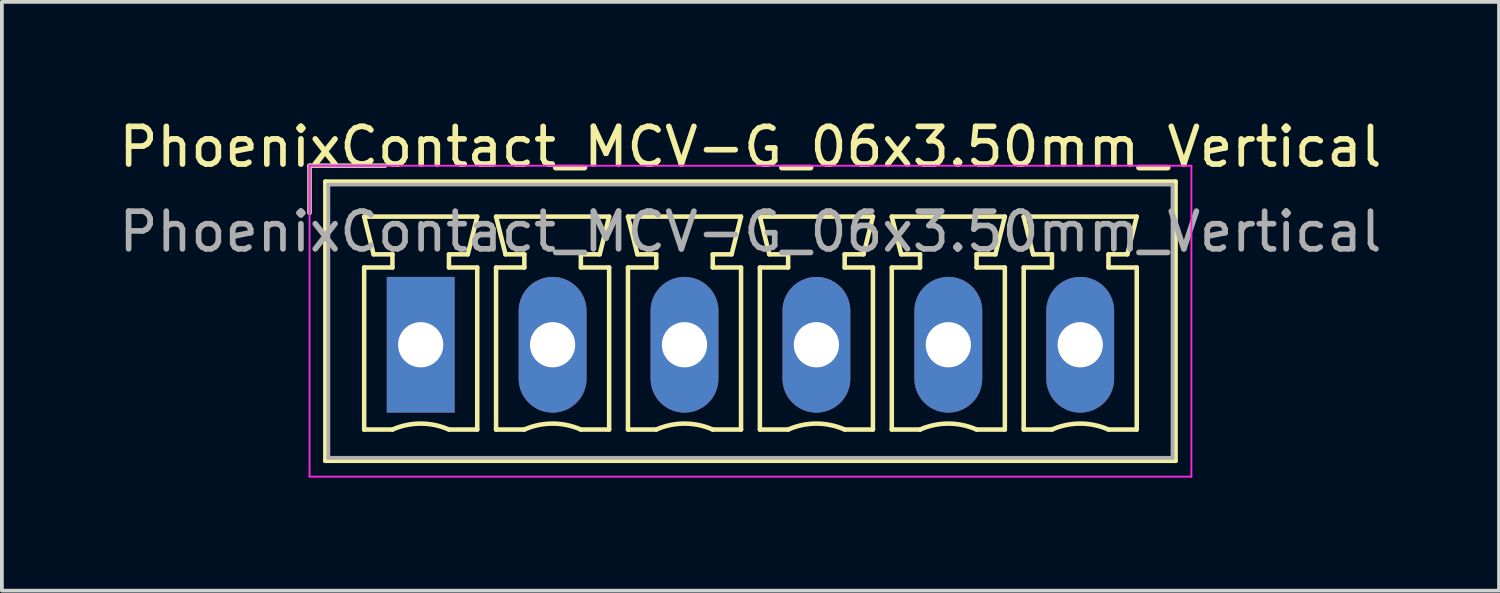
<source format=kicad_pcb>
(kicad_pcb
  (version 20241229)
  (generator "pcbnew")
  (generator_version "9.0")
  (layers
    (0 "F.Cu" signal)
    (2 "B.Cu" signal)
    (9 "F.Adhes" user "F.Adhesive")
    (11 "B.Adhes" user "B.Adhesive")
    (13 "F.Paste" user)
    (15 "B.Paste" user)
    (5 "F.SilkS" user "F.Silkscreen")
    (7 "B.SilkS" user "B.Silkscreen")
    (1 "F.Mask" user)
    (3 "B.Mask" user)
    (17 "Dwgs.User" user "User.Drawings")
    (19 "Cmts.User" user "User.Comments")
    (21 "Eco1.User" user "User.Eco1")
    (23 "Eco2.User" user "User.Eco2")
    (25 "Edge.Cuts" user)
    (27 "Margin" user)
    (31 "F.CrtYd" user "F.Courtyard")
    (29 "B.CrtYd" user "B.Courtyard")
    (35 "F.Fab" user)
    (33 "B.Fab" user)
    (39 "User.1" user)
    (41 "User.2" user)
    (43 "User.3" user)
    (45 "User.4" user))
  (footprint "PhoenixContact_MCV-G_06x3.50mm_Vertical"
    (layer "F.Cu")
    (at 8.113 6.098)
    (property "Reference" "PhoenixContact_MCV-G_06x3.50mm_Vertical" (at 8.75 -5.25 0) (layer "F.SilkS") (effects (font (size 1 1) (thickness 0.15))))
    (attr through_hole)
    (fp_line (start -2.95 -4.75) (end -0.95 -4.75) (stroke (width 0.12) (type solid)) (layer "F.SilkS"))
    (fp_line (start -2.95 -3.5) (end -2.95 -4.75) (stroke (width 0.12) (type solid)) (layer "F.SilkS"))
    (fp_line (start -2.53 -4.33) (end -2.53 3.08) (stroke (width 0.12) (type solid)) (layer "F.SilkS"))
    (fp_line (start -2.53 3.08) (end 20.03 3.08) (stroke (width 0.12) (type solid)) (layer "F.SilkS"))
    (fp_line (start -1.5 -3.4) (end 1.5 -3.4) (stroke (width 0.12) (type solid)) (layer "F.SilkS"))
    (fp_line (start -1.5 -2.05) (end -0.75 -2.05) (stroke (width 0.12) (type solid)) (layer "F.SilkS"))
    (fp_line (start -1.5 2.25) (end -1.5 -2.05) (stroke (width 0.12) (type solid)) (layer "F.SilkS"))
    (fp_line (start -1.25 -2.4) (end -1.5 -3.4) (stroke (width 0.12) (type solid)) (layer "F.SilkS"))
    (fp_line (start -0.75 -2.4) (end -1.25 -2.4) (stroke (width 0.12) (type solid)) (layer "F.SilkS"))
    (fp_line (start -0.75 -2.05) (end -0.75 -2.4) (stroke (width 0.12) (type solid)) (layer "F.SilkS"))
    (fp_line (start -0.75 2.25) (end -1.5 2.25) (stroke (width 0.12) (type solid)) (layer "F.SilkS"))
    (fp_line (start 0.75 -2.4) (end 0.75 -2.05) (stroke (width 0.12) (type solid)) (layer "F.SilkS"))
    (fp_line (start 0.75 -2.05) (end 1.5 -2.05) (stroke (width 0.12) (type solid)) (layer "F.SilkS"))
    (fp_line (start 1.25 -2.4) (end 0.75 -2.4) (stroke (width 0.12) (type solid)) (layer "F.SilkS"))
    (fp_line (start 1.5 -3.4) (end 1.25 -2.4) (stroke (width 0.12) (type solid)) (layer "F.SilkS"))
    (fp_line (start 1.5 -2.05) (end 1.5 2.25) (stroke (width 0.12) (type solid)) (layer "F.SilkS"))
    (fp_line (start 1.5 2.25) (end 0.75 2.25) (stroke (width 0.12) (type solid)) (layer "F.SilkS"))
    (fp_line (start 2 -3.4) (end 5 -3.4) (stroke (width 0.12) (type solid)) (layer "F.SilkS"))
    (fp_line (start 2 -2.05) (end 2.75 -2.05) (stroke (width 0.12) (type solid)) (layer "F.SilkS"))
    (fp_line (start 2 2.25) (end 2 -2.05) (stroke (width 0.12) (type solid)) (layer "F.SilkS"))
    (fp_line (start 2.25 -2.4) (end 2 -3.4) (stroke (width 0.12) (type solid)) (layer "F.SilkS"))
    (fp_line (start 2.75 -2.4) (end 2.25 -2.4) (stroke (width 0.12) (type solid)) (layer "F.SilkS"))
    (fp_line (start 2.75 -2.05) (end 2.75 -2.4) (stroke (width 0.12) (type solid)) (layer "F.SilkS"))
    (fp_line (start 2.75 2.25) (end 2 2.25) (stroke (width 0.12) (type solid)) (layer "F.SilkS"))
    (fp_line (start 4.25 -2.4) (end 4.25 -2.05) (stroke (width 0.12) (type solid)) (layer "F.SilkS"))
    (fp_line (start 4.25 -2.05) (end 5 -2.05) (stroke (width 0.12) (type solid)) (layer "F.SilkS"))
    (fp_line (start 4.75 -2.4) (end 4.25 -2.4) (stroke (width 0.12) (type solid)) (layer "F.SilkS"))
    (fp_line (start 5 -3.4) (end 4.75 -2.4) (stroke (width 0.12) (type solid)) (layer "F.SilkS"))
    (fp_line (start 5 -2.05) (end 5 2.25) (stroke (width 0.12) (type solid)) (layer "F.SilkS"))
    (fp_line (start 5 2.25) (end 4.25 2.25) (stroke (width 0.12) (type solid)) (layer "F.SilkS"))
    (fp_line (start 5.5 -3.4) (end 8.5 -3.4) (stroke (width 0.12) (type solid)) (layer "F.SilkS"))
    (fp_line (start 5.5 -2.05) (end 6.25 -2.05) (stroke (width 0.12) (type solid)) (layer "F.SilkS"))
    (fp_line (start 5.5 2.25) (end 5.5 -2.05) (stroke (width 0.12) (type solid)) (layer "F.SilkS"))
    (fp_line (start 5.75 -2.4) (end 5.5 -3.4) (stroke (width 0.12) (type solid)) (layer "F.SilkS"))
    (fp_line (start 6.25 -2.4) (end 5.75 -2.4) (stroke (width 0.12) (type solid)) (layer "F.SilkS"))
    (fp_line (start 6.25 -2.05) (end 6.25 -2.4) (stroke (width 0.12) (type solid)) (layer "F.SilkS"))
    (fp_line (start 6.25 2.25) (end 5.5 2.25) (stroke (width 0.12) (type solid)) (layer "F.SilkS"))
    (fp_line (start 7.75 -2.4) (end 7.75 -2.05) (stroke (width 0.12) (type solid)) (layer "F.SilkS"))
    (fp_line (start 7.75 -2.05) (end 8.5 -2.05) (stroke (width 0.12) (type solid)) (layer "F.SilkS"))
    (fp_line (start 8.25 -2.4) (end 7.75 -2.4) (stroke (width 0.12) (type solid)) (layer "F.SilkS"))
    (fp_line (start 8.5 -3.4) (end 8.25 -2.4) (stroke (width 0.12) (type solid)) (layer "F.SilkS"))
    (fp_line (start 8.5 -2.05) (end 8.5 2.25) (stroke (width 0.12) (type solid)) (layer "F.SilkS"))
    (fp_line (start 8.5 2.25) (end 7.75 2.25) (stroke (width 0.12) (type solid)) (layer "F.SilkS"))
    (fp_line (start 9 -3.4) (end 12 -3.4) (stroke (width 0.12) (type solid)) (layer "F.SilkS"))
    (fp_line (start 9 -2.05) (end 9.75 -2.05) (stroke (width 0.12) (type solid)) (layer "F.SilkS"))
    (fp_line (start 9 2.25) (end 9 -2.05) (stroke (width 0.12) (type solid)) (layer "F.SilkS"))
    (fp_line (start 9.25 -2.4) (end 9 -3.4) (stroke (width 0.12) (type solid)) (layer "F.SilkS"))
    (fp_line (start 9.75 -2.4) (end 9.25 -2.4) (stroke (width 0.12) (type solid)) (layer "F.SilkS"))
    (fp_line (start 9.75 -2.05) (end 9.75 -2.4) (stroke (width 0.12) (type solid)) (layer "F.SilkS"))
    (fp_line (start 9.75 2.25) (end 9 2.25) (stroke (width 0.12) (type solid)) (layer "F.SilkS"))
    (fp_line (start 11.25 -2.4) (end 11.25 -2.05) (stroke (width 0.12) (type solid)) (layer "F.SilkS"))
    (fp_line (start 11.25 -2.05) (end 12 -2.05) (stroke (width 0.12) (type solid)) (layer "F.SilkS"))
    (fp_line (start 11.75 -2.4) (end 11.25 -2.4) (stroke (width 0.12) (type solid)) (layer "F.SilkS"))
    (fp_line (start 12 -3.4) (end 11.75 -2.4) (stroke (width 0.12) (type solid)) (layer "F.SilkS"))
    (fp_line (start 12 -2.05) (end 12 2.25) (stroke (width 0.12) (type solid)) (layer "F.SilkS"))
    (fp_line (start 12 2.25) (end 11.25 2.25) (stroke (width 0.12) (type solid)) (layer "F.SilkS"))
    (fp_line (start 12.5 -3.4) (end 15.5 -3.4) (stroke (width 0.12) (type solid)) (layer "F.SilkS"))
    (fp_line (start 12.5 -2.05) (end 13.25 -2.05) (stroke (width 0.12) (type solid)) (layer "F.SilkS"))
    (fp_line (start 12.5 2.25) (end 12.5 -2.05) (stroke (width 0.12) (type solid)) (layer "F.SilkS"))
    (fp_line (start 12.75 -2.4) (end 12.5 -3.4) (stroke (width 0.12) (type solid)) (layer "F.SilkS"))
    (fp_line (start 13.25 -2.4) (end 12.75 -2.4) (stroke (width 0.12) (type solid)) (layer "F.SilkS"))
    (fp_line (start 13.25 -2.05) (end 13.25 -2.4) (stroke (width 0.12) (type solid)) (layer "F.SilkS"))
    (fp_line (start 13.25 2.25) (end 12.5 2.25) (stroke (width 0.12) (type solid)) (layer "F.SilkS"))
    (fp_line (start 14.75 -2.4) (end 14.75 -2.05) (stroke (width 0.12) (type solid)) (layer "F.SilkS"))
    (fp_line (start 14.75 -2.05) (end 15.5 -2.05) (stroke (width 0.12) (type solid)) (layer "F.SilkS"))
    (fp_line (start 15.25 -2.4) (end 14.75 -2.4) (stroke (width 0.12) (type solid)) (layer "F.SilkS"))
    (fp_line (start 15.5 -3.4) (end 15.25 -2.4) (stroke (width 0.12) (type solid)) (layer "F.SilkS"))
    (fp_line (start 15.5 -2.05) (end 15.5 2.25) (stroke (width 0.12) (type solid)) (layer "F.SilkS"))
    (fp_line (start 15.5 2.25) (end 14.75 2.25) (stroke (width 0.12) (type solid)) (layer "F.SilkS"))
    (fp_line (start 16 -3.4) (end 19 -3.4) (stroke (width 0.12) (type solid)) (layer "F.SilkS"))
    (fp_line (start 16 -2.05) (end 16.75 -2.05) (stroke (width 0.12) (type solid)) (layer "F.SilkS"))
    (fp_line (start 16 2.25) (end 16 -2.05) (stroke (width 0.12) (type solid)) (layer "F.SilkS"))
    (fp_line (start 16.25 -2.4) (end 16 -3.4) (stroke (width 0.12) (type solid)) (layer "F.SilkS"))
    (fp_line (start 16.75 -2.4) (end 16.25 -2.4) (stroke (width 0.12) (type solid)) (layer "F.SilkS"))
    (fp_line (start 16.75 -2.05) (end 16.75 -2.4) (stroke (width 0.12) (type solid)) (layer "F.SilkS"))
    (fp_line (start 16.75 2.25) (end 16 2.25) (stroke (width 0.12) (type solid)) (layer "F.SilkS"))
    (fp_line (start 18.25 -2.4) (end 18.25 -2.05) (stroke (width 0.12) (type solid)) (layer "F.SilkS"))
    (fp_line (start 18.25 -2.05) (end 19 -2.05) (stroke (width 0.12) (type solid)) (layer "F.SilkS"))
    (fp_line (start 18.75 -2.4) (end 18.25 -2.4) (stroke (width 0.12) (type solid)) (layer "F.SilkS"))
    (fp_line (start 19 -3.4) (end 18.75 -2.4) (stroke (width 0.12) (type solid)) (layer "F.SilkS"))
    (fp_line (start 19 -2.05) (end 19 2.25) (stroke (width 0.12) (type solid)) (layer "F.SilkS"))
    (fp_line (start 19 2.25) (end 18.25 2.25) (stroke (width 0.12) (type solid)) (layer "F.SilkS"))
    (fp_line (start 20.03 -4.33) (end -2.53 -4.33) (stroke (width 0.12) (type solid)) (layer "F.SilkS"))
    (fp_line (start 20.03 3.08) (end 20.03 -4.33) (stroke (width 0.12) (type solid)) (layer "F.SilkS"))
    (fp_arc (start -0.75 2.25) (mid -0.000193 2.09191) (end 0.749647 2.249844) (stroke (width 0.12) (type solid)) (layer "F.SilkS"))
    (fp_arc (start 2.75 2.25) (mid 3.499807 2.09191) (end 4.249647 2.249844) (stroke (width 0.12) (type solid)) (layer "F.SilkS"))
    (fp_arc (start 6.25 2.25) (mid 6.999807 2.09191) (end 7.749647 2.249844) (stroke (width 0.12) (type solid)) (layer "F.SilkS"))
    (fp_arc (start 9.75 2.25) (mid 10.499807 2.09191) (end 11.249647 2.249844) (stroke (width 0.12) (type solid)) (layer "F.SilkS"))
    (fp_arc (start 13.25 2.25) (mid 13.999807 2.09191) (end 14.749647 2.249844) (stroke (width 0.12) (type solid)) (layer "F.SilkS"))
    (fp_arc (start 16.75 2.25) (mid 17.499807 2.09191) (end 18.249647 2.249844) (stroke (width 0.12) (type solid)) (layer "F.SilkS"))
    (fp_line (start -2.95 -4.75) (end -2.95 3.5) (stroke (width 0.05) (type solid)) (layer "F.CrtYd"))
    (fp_line (start -2.95 3.5) (end 20.45 3.5) (stroke (width 0.05) (type solid)) (layer "F.CrtYd"))
    (fp_line (start 20.45 -4.75) (end -2.95 -4.75) (stroke (width 0.05) (type solid)) (layer "F.CrtYd"))
    (fp_line (start 20.45 3.5) (end 20.45 -4.75) (stroke (width 0.05) (type solid)) (layer "F.CrtYd"))
    (fp_line (start -2.95 -4.75) (end -0.95 -4.75) (stroke (width 0.1) (type solid)) (layer "F.Fab"))
    (fp_line (start -2.95 -3.5) (end -2.95 -4.75) (stroke (width 0.1) (type solid)) (layer "F.Fab"))
    (fp_line (start -2.45 -4.25) (end -2.45 3) (stroke (width 0.1) (type solid)) (layer "F.Fab"))
    (fp_line (start -2.45 3) (end 19.95 3) (stroke (width 0.1) (type solid)) (layer "F.Fab"))
    (fp_line (start 19.95 -4.25) (end -2.45 -4.25) (stroke (width 0.1) (type solid)) (layer "F.Fab"))
    (fp_line (start 19.95 3) (end 19.95 -4.25) (stroke (width 0.1) (type solid)) (layer "F.Fab"))
    (fp_text user "${REFERENCE}" (at 8.75 -3 0) (layer "F.Fab") (effects (font (size 1 1) (thickness 0.15))))
    (pad "1" thru_hole rect (at 0 0) (size 1.8 3.6) (drill 1.2) (layers "*.Cu" "*.Mask"))
    (pad "2" thru_hole oval (at 3.5 0) (size 1.8 3.6) (drill 1.2) (layers "*.Cu" "*.Mask"))
    (pad "3" thru_hole oval (at 7 0) (size 1.8 3.6) (drill 1.2) (layers "*.Cu" "*.Mask"))
    (pad "4" thru_hole oval (at 10.5 0) (size 1.8 3.6) (drill 1.2) (layers "*.Cu" "*.Mask"))
    (pad "5" thru_hole oval (at 14 0) (size 1.8 3.6) (drill 1.2) (layers "*.Cu" "*.Mask"))
    (pad "6" thru_hole oval (at 17.5 0) (size 1.8 3.6) (drill 1.2) (layers "*.Cu" "*.Mask")))
  (gr_rect
    (start -3 -3)
    (end 36.726 12.623)
    (stroke (width 0.1) (type default))
    (fill no)
    (layer "Edge.Cuts")))
</source>
